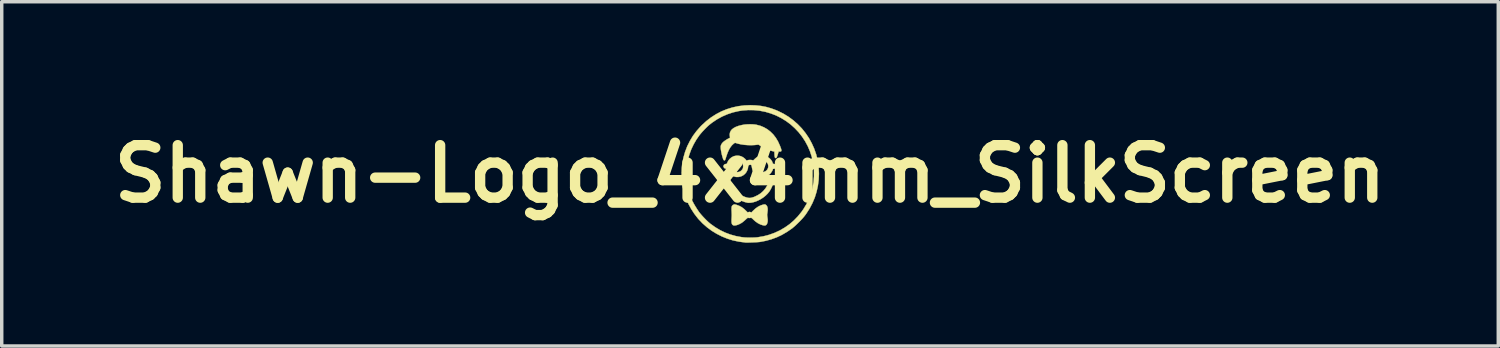
<source format=kicad_pcb>
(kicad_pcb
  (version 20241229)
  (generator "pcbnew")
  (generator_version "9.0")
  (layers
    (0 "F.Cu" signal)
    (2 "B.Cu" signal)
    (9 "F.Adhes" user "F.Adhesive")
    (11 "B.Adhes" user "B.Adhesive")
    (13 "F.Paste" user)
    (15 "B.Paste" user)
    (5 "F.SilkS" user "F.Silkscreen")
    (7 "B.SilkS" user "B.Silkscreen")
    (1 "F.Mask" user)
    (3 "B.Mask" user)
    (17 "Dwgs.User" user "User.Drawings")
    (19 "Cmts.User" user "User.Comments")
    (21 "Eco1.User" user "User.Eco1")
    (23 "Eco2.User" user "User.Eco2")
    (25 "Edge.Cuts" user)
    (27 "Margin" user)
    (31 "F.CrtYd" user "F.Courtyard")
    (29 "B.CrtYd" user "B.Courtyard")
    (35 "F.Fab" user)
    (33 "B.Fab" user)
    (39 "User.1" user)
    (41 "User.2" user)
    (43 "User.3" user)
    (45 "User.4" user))
  (footprint "Shawn-Logo_4x4mm_SilkScreen"
    (layer "F.Cu")
    (at 18.731 2)
    (property "Reference" "Shawn-Logo_4x4mm_SilkScreen" (at 0 0 0) (layer "F.SilkS") (effects (font (size 1.524 1.524) (thickness 0.3))))
    (attr through_hole)
    (fp_poly (pts (xy -0.627 0.105) (xy -0.609 0.116) (xy -0.596 0.138) (xy -0.584 0.172) (xy -0.579 0.196) (xy -0.554 0.279) (xy -0.518 0.359) (xy -0.473 0.434) (xy -0.423 0.495) (xy -0.375 0.539) (xy -0.315 0.583) (xy -0.25 0.622) (xy -0.183 0.655) (xy -0.145 0.67) (xy -0.089 0.688) (xy -0.041 0.697) (xy 0.004 0.698) (xy 0.051 0.69) (xy 0.104 0.674) (xy 0.14 0.66) (xy 0.231 0.615) (xy 0.314 0.561) (xy 0.386 0.496) (xy 0.447 0.424) (xy 0.496 0.344) (xy 0.531 0.259) (xy 0.549 0.189) (xy 0.558 0.153) (xy 0.571 0.126) (xy 0.575 0.121) (xy 0.599 0.105) (xy 0.627 0.102) (xy 0.654 0.11) (xy 0.676 0.127) (xy 0.691 0.152) (xy 0.692 0.157) (xy 0.693 0.188) (xy 0.687 0.229) (xy 0.673 0.278) (xy 0.654 0.332) (xy 0.63 0.388) (xy 0.602 0.444) (xy 0.571 0.496) (xy 0.562 0.509) (xy 0.513 0.571) (xy 0.454 0.629) (xy 0.388 0.683) (xy 0.316 0.73) (xy 0.24 0.77) (xy 0.163 0.803) (xy 0.088 0.825) (xy 0.015 0.838) (xy -0.052 0.839) (xy -0.077 0.836) (xy -0.152 0.817) (xy -0.231 0.788) (xy -0.31 0.75) (xy -0.387 0.705) (xy -0.456 0.655) (xy -0.517 0.603) (xy -0.561 0.553) (xy -0.608 0.485) (xy -0.649 0.412) (xy -0.683 0.337) (xy -0.708 0.265) (xy -0.718 0.217) (xy -0.723 0.186) (xy -0.723 0.166) (xy -0.719 0.15) (xy -0.715 0.141) (xy -0.696 0.115) (xy -0.669 0.103) (xy -0.65 0.102) (xy -0.627 0.105)) (stroke (width 0.01) (type solid)) (fill yes) (layer "F.SilkS"))
    (fp_poly (pts (xy 0.439 0.888) (xy 0.45 0.892) (xy 0.479 0.915) (xy 0.5 0.95) (xy 0.511 0.996) (xy 0.513 1.052) (xy 0.506 1.116) (xy 0.506 1.119) (xy 0.5 1.156) (xy 0.497 1.183) (xy 0.498 1.209) (xy 0.501 1.238) (xy 0.505 1.262) (xy 0.513 1.327) (xy 0.512 1.382) (xy 0.501 1.43) (xy 0.494 1.448) (xy 0.477 1.477) (xy 0.454 1.493) (xy 0.423 1.499) (xy 0.383 1.494) (xy 0.306 1.47) (xy 0.23 1.432) (xy 0.154 1.378) (xy 0.102 1.331) (xy 0.073 1.303) (xy 0.052 1.285) (xy 0.037 1.275) (xy 0.027 1.273) (xy 0.022 1.274) (xy 0.002 1.28) (xy -0.024 1.281) (xy -0.047 1.278) (xy -0.054 1.274) (xy -0.063 1.274) (xy -0.076 1.282) (xy -0.097 1.299) (xy -0.127 1.326) (xy -0.134 1.333) (xy -0.168 1.363) (xy -0.203 1.392) (xy -0.236 1.417) (xy -0.257 1.43) (xy -0.31 1.458) (xy -0.362 1.48) (xy -0.409 1.493) (xy -0.451 1.498) (xy -0.483 1.494) (xy -0.493 1.489) (xy -0.512 1.475) (xy -0.525 1.454) (xy -0.533 1.426) (xy -0.537 1.387) (xy -0.537 1.336) (xy -0.536 1.315) (xy -0.534 1.273) (xy -0.532 1.24) (xy -0.531 1.212) (xy -0.531 1.186) (xy -0.532 1.157) (xy -0.533 1.122) (xy -0.535 1.075) (xy -0.536 1.067) (xy -0.537 1.014) (xy -0.535 0.975) (xy -0.53 0.945) (xy -0.519 0.924) (xy -0.504 0.909) (xy -0.483 0.896) (xy -0.468 0.889) (xy -0.455 0.886) (xy -0.439 0.887) (xy -0.417 0.892) (xy -0.394 0.898) (xy -0.317 0.926) (xy -0.245 0.964) (xy -0.176 1.016) (xy -0.123 1.065) (xy -0.069 1.118) (xy -0.042 1.109) (xy -0.019 1.103) (xy 0.003 1.106) (xy 0.012 1.109) (xy 0.041 1.119) (xy 0.089 1.07) (xy 0.161 1.004) (xy 0.235 0.952) (xy 0.309 0.915) (xy 0.373 0.895) (xy 0.403 0.888) (xy 0.424 0.886) (xy 0.439 0.888)) (stroke (width 0.01) (type solid)) (fill yes) (layer "F.SilkS"))
    (fp_poly (pts (xy 0.079 -1.439) (xy 0.138 -1.434) (xy 0.184 -1.427) (xy 0.298 -1.397) (xy 0.404 -1.353) (xy 0.503 -1.296) (xy 0.593 -1.226) (xy 0.676 -1.144) (xy 0.749 -1.049) (xy 0.813 -0.942) (xy 0.867 -0.823) (xy 0.867 -0.823) (xy 0.888 -0.768) (xy 0.903 -0.726) (xy 0.91 -0.695) (xy 0.912 -0.673) (xy 0.906 -0.66) (xy 0.894 -0.652) (xy 0.875 -0.649) (xy 0.864 -0.649) (xy 0.831 -0.649) (xy 0.805 -0.565) (xy 0.791 -0.52) (xy 0.778 -0.489) (xy 0.767 -0.469) (xy 0.755 -0.46) (xy 0.743 -0.46) (xy 0.737 -0.461) (xy 0.728 -0.468) (xy 0.721 -0.482) (xy 0.716 -0.505) (xy 0.712 -0.539) (xy 0.71 -0.586) (xy 0.709 -0.599) (xy 0.707 -0.648) (xy 0.668 -0.657) (xy 0.589 -0.679) (xy 0.51 -0.707) (xy 0.433 -0.74) (xy 0.363 -0.775) (xy 0.304 -0.812) (xy 0.291 -0.821) (xy 0.267 -0.839) (xy 0.25 -0.847) (xy 0.234 -0.85) (xy 0.22 -0.848) (xy 0.131 -0.838) (xy 0.035 -0.834) (xy -0.065 -0.836) (xy -0.165 -0.844) (xy -0.26 -0.858) (xy -0.347 -0.877) (xy -0.406 -0.895) (xy -0.424 -0.901) (xy -0.437 -0.901) (xy -0.451 -0.895) (xy -0.471 -0.88) (xy -0.474 -0.878) (xy -0.525 -0.831) (xy -0.571 -0.772) (xy -0.613 -0.7) (xy -0.652 -0.613) (xy -0.687 -0.512) (xy -0.697 -0.481) (xy -0.707 -0.448) (xy -0.717 -0.421) (xy -0.725 -0.402) (xy -0.729 -0.397) (xy -0.747 -0.391) (xy -0.763 -0.401) (xy -0.769 -0.408) (xy -0.78 -0.432) (xy -0.793 -0.469) (xy -0.806 -0.514) (xy -0.819 -0.564) (xy -0.83 -0.616) (xy -0.84 -0.668) (xy -0.847 -0.714) (xy -0.849 -0.739) (xy -0.851 -0.775) (xy -0.851 -0.801) (xy -0.847 -0.821) (xy -0.84 -0.84) (xy -0.838 -0.846) (xy -0.822 -0.874) (xy -0.801 -0.903) (xy -0.791 -0.913) (xy -0.764 -0.938) (xy -0.727 -0.965) (xy -0.685 -0.993) (xy -0.645 -1.017) (xy -0.613 -1.033) (xy -0.592 -1.043) (xy -0.583 -1.051) (xy -0.581 -1.062) (xy -0.584 -1.077) (xy -0.591 -1.139) (xy -0.583 -1.195) (xy -0.562 -1.246) (xy -0.527 -1.291) (xy -0.477 -1.33) (xy -0.412 -1.365) (xy -0.333 -1.394) (xy -0.24 -1.418) (xy -0.168 -1.431) (xy -0.115 -1.437) (xy -0.053 -1.44) (xy 0.013 -1.441) (xy 0.079 -1.439)) (stroke (width 0.01) (type solid)) (fill yes) (layer "F.SilkS"))
    (fp_poly (pts (xy -0.326 -0.528) (xy -0.262 -0.513) (xy -0.202 -0.483) (xy -0.149 -0.441) (xy -0.132 -0.423) (xy -0.099 -0.385) (xy -0.073 -0.396) (xy -0.045 -0.403) (xy -0.008 -0.406) (xy 0.03 -0.405) (xy 0.062 -0.4) (xy 0.069 -0.398) (xy 0.082 -0.394) (xy 0.093 -0.395) (xy 0.105 -0.402) (xy 0.121 -0.417) (xy 0.136 -0.433) (xy 0.191 -0.479) (xy 0.232 -0.502) (xy 0.258 -0.514) (xy 0.28 -0.522) (xy 0.302 -0.526) (xy 0.331 -0.527) (xy 0.364 -0.528) (xy 0.401 -0.527) (xy 0.428 -0.525) (xy 0.449 -0.521) (xy 0.469 -0.513) (xy 0.493 -0.502) (xy 0.55 -0.467) (xy 0.598 -0.423) (xy 0.635 -0.373) (xy 0.657 -0.322) (xy 0.664 -0.301) (xy 0.673 -0.292) (xy 0.688 -0.289) (xy 0.695 -0.289) (xy 0.727 -0.282) (xy 0.751 -0.263) (xy 0.764 -0.234) (xy 0.766 -0.215) (xy 0.759 -0.191) (xy 0.741 -0.169) (xy 0.716 -0.153) (xy 0.692 -0.148) (xy 0.671 -0.146) (xy 0.664 -0.138) (xy 0.66 -0.119) (xy 0.647 -0.092) (xy 0.629 -0.061) (xy 0.608 -0.031) (xy 0.586 -0.005) (xy 0.578 0.004) (xy 0.524 0.045) (xy 0.465 0.072) (xy 0.405 0.086) (xy 0.344 0.088) (xy 0.284 0.079) (xy 0.227 0.058) (xy 0.176 0.027) (xy 0.131 -0.014) (xy 0.094 -0.064) (xy 0.068 -0.123) (xy 0.055 -0.187) (xy 0.05 -0.22) (xy 0.195 -0.22) (xy 0.202 -0.17) (xy 0.22 -0.128) (xy 0.235 -0.108) (xy 0.26 -0.085) (xy 0.286 -0.069) (xy 0.318 -0.057) (xy 0.36 -0.048) (xy 0.369 -0.049) (xy 0.388 -0.053) (xy 0.397 -0.055) (xy 0.443 -0.073) (xy 0.48 -0.101) (xy 0.508 -0.136) (xy 0.525 -0.177) (xy 0.531 -0.221) (xy 0.526 -0.265) (xy 0.509 -0.307) (xy 0.479 -0.344) (xy 0.472 -0.351) (xy 0.429 -0.377) (xy 0.385 -0.389) (xy 0.34 -0.388) (xy 0.297 -0.376) (xy 0.259 -0.353) (xy 0.228 -0.321) (xy 0.206 -0.281) (xy 0.196 -0.234) (xy 0.195 -0.22) (xy 0.05 -0.22) (xy 0.049 -0.224) (xy 0.042 -0.247) (xy 0.03 -0.26) (xy 0.013 -0.265) (xy 0.003 -0.266) (xy -0.025 -0.259) (xy -0.045 -0.24) (xy -0.055 -0.213) (xy -0.055 -0.208) (xy -0.062 -0.155) (xy -0.081 -0.1) (xy -0.109 -0.047) (xy -0.146 -0.001) (xy -0.148 0.000372) (xy -0.202 0.044) (xy -0.263 0.073) (xy -0.329 0.089) (xy -0.398 0.09) (xy -0.424 0.086) (xy -0.486 0.067) (xy -0.543 0.035) (xy -0.593 -0.009) (xy -0.634 -0.063) (xy -0.664 -0.126) (xy -0.667 -0.135) (xy -0.678 -0.146) (xy -0.692 -0.148) (xy -0.723 -0.155) (xy -0.749 -0.172) (xy -0.766 -0.197) (xy -0.77 -0.219) (xy -0.536 -0.219) (xy -0.529 -0.173) (xy -0.511 -0.132) (xy -0.484 -0.098) (xy -0.448 -0.072) (xy -0.407 -0.056) (xy -0.362 -0.051) (xy -0.315 -0.06) (xy -0.289 -0.071) (xy -0.258 -0.092) (xy -0.23 -0.123) (xy -0.215 -0.145) (xy -0.205 -0.17) (xy -0.2 -0.205) (xy -0.201 -0.242) (xy -0.206 -0.276) (xy -0.213 -0.294) (xy -0.242 -0.333) (xy -0.282 -0.364) (xy -0.327 -0.384) (xy -0.373 -0.391) (xy -0.415 -0.383) (xy -0.456 -0.363) (xy -0.491 -0.333) (xy -0.517 -0.296) (xy -0.528 -0.268) (xy -0.536 -0.219) (xy -0.77 -0.219) (xy -0.771 -0.226) (xy -0.769 -0.237) (xy -0.756 -0.262) (xy -0.732 -0.281) (xy -0.702 -0.289) (xy -0.699 -0.289) (xy -0.683 -0.29) (xy -0.673 -0.297) (xy -0.665 -0.311) (xy -0.659 -0.329) (xy -0.631 -0.384) (xy -0.591 -0.434) (xy -0.542 -0.476) (xy -0.486 -0.507) (xy -0.462 -0.516) (xy -0.394 -0.53) (xy -0.326 -0.528)) (stroke (width 0.01) (type solid)) (fill yes) (layer "F.SilkS"))
    (fp_poly (pts (xy 0.168 -1.989) (xy 0.319 -1.973) (xy 0.466 -1.945) (xy 0.611 -1.904) (xy 0.758 -1.85) (xy 0.818 -1.824) (xy 0.973 -1.747) (xy 1.12 -1.657) (xy 1.258 -1.555) (xy 1.387 -1.441) (xy 1.506 -1.318) (xy 1.613 -1.184) (xy 1.709 -1.042) (xy 1.792 -0.891) (xy 1.863 -0.734) (xy 1.92 -0.57) (xy 1.931 -0.528) (xy 1.968 -0.368) (xy 1.991 -0.206) (xy 2 -0.037) (xy 2.001 0.000233) (xy 1.993 0.177) (xy 1.97 0.351) (xy 1.932 0.521) (xy 1.88 0.687) (xy 1.812 0.848) (xy 1.73 1.004) (xy 1.633 1.155) (xy 1.592 1.211) (xy 1.56 1.251) (xy 1.519 1.298) (xy 1.471 1.349) (xy 1.419 1.402) (xy 1.366 1.454) (xy 1.314 1.503) (xy 1.266 1.545) (xy 1.226 1.579) (xy 1.219 1.584) (xy 1.075 1.683) (xy 0.93 1.768) (xy 0.781 1.839) (xy 0.626 1.896) (xy 0.463 1.942) (xy 0.299 1.974) (xy 0.275 1.977) (xy 0.24 1.98) (xy 0.197 1.983) (xy 0.148 1.986) (xy 0.097 1.988) (xy 0.044 1.99) (xy -0.006 1.992) (xy -0.053 1.993) (xy -0.093 1.994) (xy -0.123 1.993) (xy -0.143 1.992) (xy -0.148 1.991) (xy -0.158 1.988) (xy -0.178 1.985) (xy -0.204 1.983) (xy -0.235 1.979) (xy -0.275 1.974) (xy -0.316 1.968) (xy -0.333 1.965) (xy -0.498 1.93) (xy -0.661 1.879) (xy -0.819 1.815) (xy -0.972 1.737) (xy -1.117 1.648) (xy -1.254 1.546) (xy -1.381 1.434) (xy -1.497 1.312) (xy -1.515 1.29) (xy -1.616 1.16) (xy -1.706 1.022) (xy -1.784 0.879) (xy -1.85 0.733) (xy -1.902 0.586) (xy -1.902 0.586) (xy -1.916 0.537) (xy -1.93 0.483) (xy -1.943 0.428) (xy -1.955 0.376) (xy -1.963 0.332) (xy -1.966 0.313) (xy -1.969 0.286) (xy -1.973 0.263) (xy -1.974 0.254) (xy -1.976 0.241) (xy -1.978 0.216) (xy -1.98 0.181) (xy -1.983 0.14) (xy -1.984 0.117) (xy -1.986 0.051) (xy -1.987 0.01) (xy -1.845 0.01) (xy -1.844 0.057) (xy -1.844 0.101) (xy -1.843 0.137) (xy -1.842 0.162) (xy -1.841 0.172) (xy -1.838 0.197) (xy -1.834 0.227) (xy -1.832 0.238) (xy -1.822 0.31) (xy -1.806 0.389) (xy -1.787 0.469) (xy -1.766 0.544) (xy -1.752 0.59) (xy -1.74 0.622) (xy -1.729 0.655) (xy -1.723 0.672) (xy -1.7 0.73) (xy -1.669 0.797) (xy -1.631 0.869) (xy -1.587 0.943) (xy -1.541 1.017) (xy -1.494 1.088) (xy -1.467 1.125) (xy -1.435 1.164) (xy -1.395 1.21) (xy -1.35 1.259) (xy -1.301 1.31) (xy -1.253 1.358) (xy -1.207 1.401) (xy -1.167 1.435) (xy -1.153 1.447) (xy -1.013 1.547) (xy -0.87 1.633) (xy -0.723 1.704) (xy -0.572 1.761) (xy -0.414 1.805) (xy -0.248 1.836) (xy -0.215 1.84) (xy -0.158 1.846) (xy -0.09 1.849) (xy -0.017 1.851) (xy 0.058 1.85) (xy 0.13 1.848) (xy 0.193 1.844) (xy 0.219 1.841) (xy 0.39 1.812) (xy 0.555 1.769) (xy 0.713 1.712) (xy 0.865 1.642) (xy 1.009 1.558) (xy 1.145 1.463) (xy 1.271 1.355) (xy 1.388 1.235) (xy 1.495 1.104) (xy 1.551 1.024) (xy 1.639 0.878) (xy 1.712 0.726) (xy 1.771 0.569) (xy 1.815 0.407) (xy 1.844 0.242) (xy 1.858 0.073) (xy 1.857 -0.098) (xy 1.852 -0.171) (xy 1.83 -0.336) (xy 1.793 -0.498) (xy 1.742 -0.654) (xy 1.678 -0.804) (xy 1.601 -0.947) (xy 1.512 -1.083) (xy 1.411 -1.211) (xy 1.299 -1.329) (xy 1.178 -1.438) (xy 1.046 -1.536) (xy 0.906 -1.622) (xy 0.757 -1.697) (xy 0.607 -1.755) (xy 0.445 -1.803) (xy 0.28 -1.835) (xy 0.112 -1.852) (xy -0.056 -1.854) (xy -0.225 -1.841) (xy -0.332 -1.824) (xy -0.497 -1.786) (xy -0.658 -1.732) (xy -0.812 -1.665) (xy -0.961 -1.583) (xy -1.102 -1.488) (xy -1.176 -1.43) (xy -1.22 -1.392) (xy -1.27 -1.344) (xy -1.322 -1.291) (xy -1.374 -1.236) (xy -1.421 -1.182) (xy -1.462 -1.133) (xy -1.472 -1.12) (xy -1.56 -0.993) (xy -1.637 -0.859) (xy -1.703 -0.722) (xy -1.755 -0.583) (xy -1.771 -0.533) (xy -1.785 -0.48) (xy -1.799 -0.422) (xy -1.812 -0.362) (xy -1.823 -0.307) (xy -1.831 -0.259) (xy -1.833 -0.242) (xy -1.836 -0.212) (xy -1.839 -0.184) (xy -1.842 -0.168) (xy -1.843 -0.151) (xy -1.844 -0.121) (xy -1.844 -0.082) (xy -1.845 -0.037) (xy -1.845 0.01) (xy -1.987 0.01) (xy -1.987 -0.021) (xy -1.985 -0.094) (xy -1.982 -0.165) (xy -1.977 -0.229) (xy -1.971 -0.283) (xy -1.97 -0.293) (xy -1.934 -0.471) (xy -1.885 -0.641) (xy -1.823 -0.802) (xy -1.747 -0.955) (xy -1.659 -1.102) (xy -1.556 -1.241) (xy -1.439 -1.374) (xy -1.403 -1.411) (xy -1.271 -1.532) (xy -1.133 -1.639) (xy -0.986 -1.733) (xy -0.834 -1.813) (xy -0.675 -1.878) (xy -0.51 -1.929) (xy -0.34 -1.966) (xy -0.165 -1.988) (xy 0.008 -1.995) (xy 0.168 -1.989)) (stroke (width 0.01) (type solid)) (fill yes) (layer "F.SilkS")))
  (gr_rect
    (start -3 -3)
    (end 40.461 6.998)
    (stroke (width 0.1) (type default))
    (fill no)
    (layer "Edge.Cuts")))
</source>
